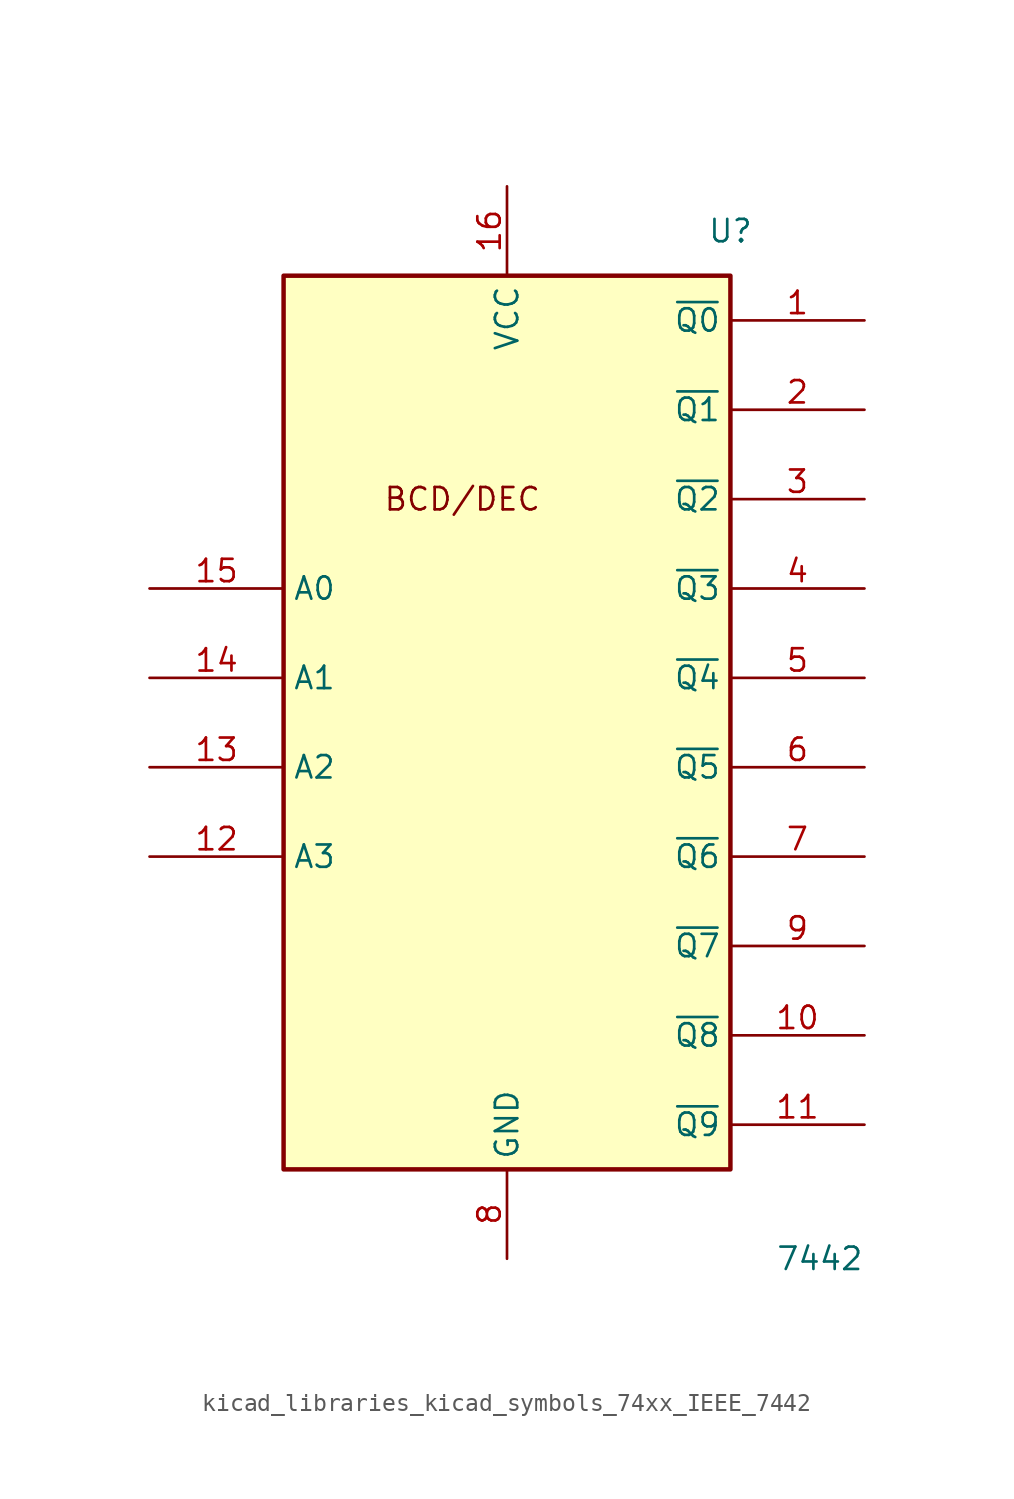
<source format=kicad_sym>
(kicad_symbol_lib
  (version 20220914)
  (generator kicad_symbol_editor)
  (symbol "kicad_libraries_kicad_symbols_74xx_IEEE_7442"
    (property "Reference" "U"
      (at 12.7 27.94 0)
      (effects (font (size 1.27 1.27))))
    (property "Value" "7442"
      (at 17.78 -30.48 0)
      (effects (font (size 1.27 1.27))))
    (symbol "kicad_libraries_kicad_symbols_74xx_IEEE_7442_0_0"
      (rectangle (start -12.7 25.4) (end 12.7 -25.4) (stroke (width 0.254) (type default)) (fill (type background)))
      (text "BCD/DEC" (at -2.54 12.7 0) (effects (font (size 1.27 1.27))))
      (pin power_in line (at 0 30.48 270) (length 5.08) (name "VCC" (effects (font (size 1.27 1.27)))) (number "16" (effects (font (size 1.27 1.27)))))
      (pin power_in line (at 0 -30.48 90) (length 5.08) (name "GND" (effects (font (size 1.27 1.27)))) (number "8" (effects (font (size 1.27 1.27))))))
    (symbol "kicad_libraries_kicad_symbols_74xx_IEEE_7442_1_1"
      (pin output line (at 20.32 22.86 180) (length 7.62) (name "~{Q0}" (effects (font (size 1.27 1.27)))) (number "1" (effects (font (size 1.27 1.27)))))
      (pin output line (at 20.32 -17.78 180) (length 7.62) (name "~{Q8}" (effects (font (size 1.27 1.27)))) (number "10" (effects (font (size 1.27 1.27)))))
      (pin output line (at 20.32 -22.86 180) (length 7.62) (name "~{Q9}" (effects (font (size 1.27 1.27)))) (number "11" (effects (font (size 1.27 1.27)))))
      (pin input line (at -20.32 -7.62 0) (length 7.62) (name "A3" (effects (font (size 1.27 1.27)))) (number "12" (effects (font (size 1.27 1.27)))))
      (pin input line (at -20.32 -2.54 0) (length 7.62) (name "A2" (effects (font (size 1.27 1.27)))) (number "13" (effects (font (size 1.27 1.27)))))
      (pin input line (at -20.32 2.54 0) (length 7.62) (name "A1" (effects (font (size 1.27 1.27)))) (number "14" (effects (font (size 1.27 1.27)))))
      (pin input line (at -20.32 7.62 0) (length 7.62) (name "A0" (effects (font (size 1.27 1.27)))) (number "15" (effects (font (size 1.27 1.27)))))
      (pin output line (at 20.32 17.78 180) (length 7.62) (name "~{Q1}" (effects (font (size 1.27 1.27)))) (number "2" (effects (font (size 1.27 1.27)))))
      (pin output line (at 20.32 12.7 180) (length 7.62) (name "~{Q2}" (effects (font (size 1.27 1.27)))) (number "3" (effects (font (size 1.27 1.27)))))
      (pin output line (at 20.32 7.62 180) (length 7.62) (name "~{Q3}" (effects (font (size 1.27 1.27)))) (number "4" (effects (font (size 1.27 1.27)))))
      (pin output line (at 20.32 2.54 180) (length 7.62) (name "~{Q4}" (effects (font (size 1.27 1.27)))) (number "5" (effects (font (size 1.27 1.27)))))
      (pin output line (at 20.32 -2.54 180) (length 7.62) (name "~{Q5}" (effects (font (size 1.27 1.27)))) (number "6" (effects (font (size 1.27 1.27)))))
      (pin output line (at 20.32 -7.62 180) (length 7.62) (name "~{Q6}" (effects (font (size 1.27 1.27)))) (number "7" (effects (font (size 1.27 1.27)))))
      (pin output line (at 20.32 -12.7 180) (length 7.62) (name "~{Q7}" (effects (font (size 1.27 1.27)))) (number "9" (effects (font (size 1.27 1.27))))))))
</source>
